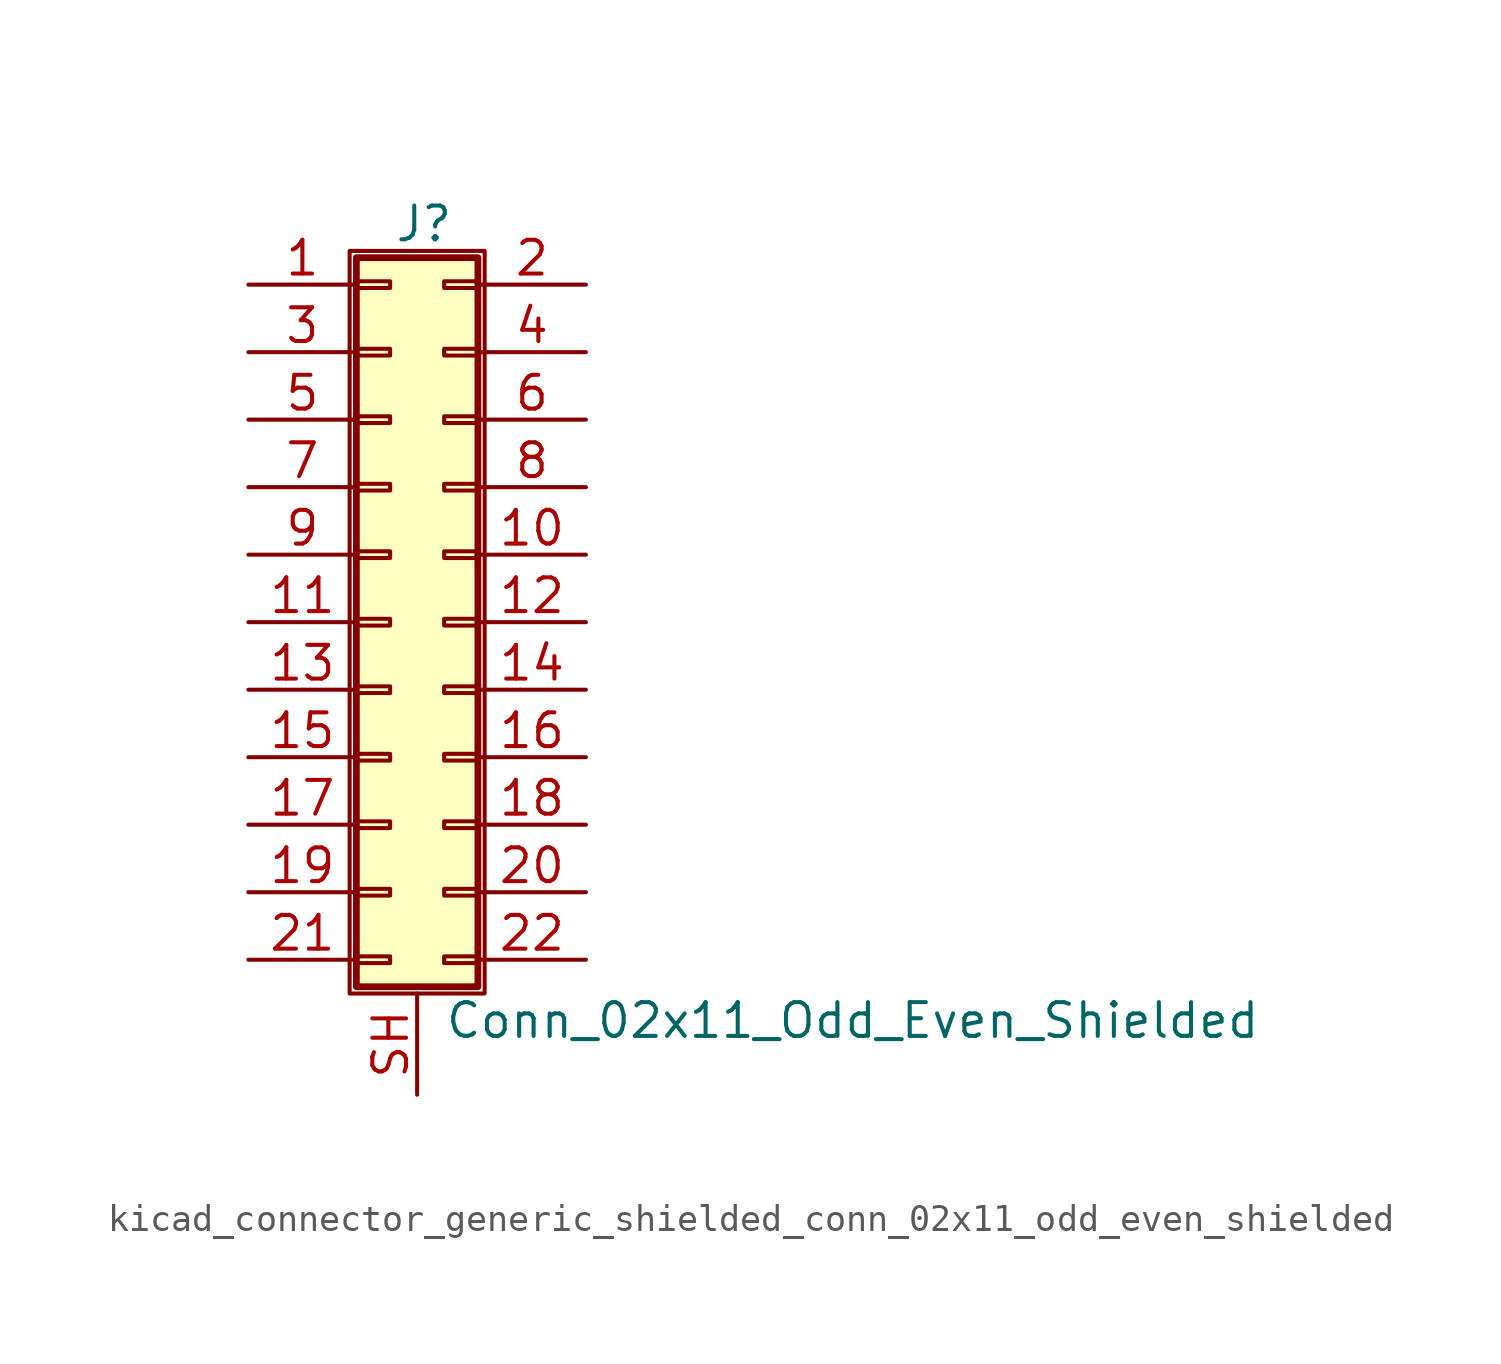
<source format=kicad_sym>
(kicad_symbol_lib
  (version 20220914)
  (generator kicad_symbol_editor)
  (symbol "kicad_connector_generic_shielded_conn_02x11_odd_even_shielded"
    (pin_names
      (offset 1.016) hide)
    (property "Reference" "J"
      (at 1.524 14.986 0)
      (effects (font (size 1.27 1.27))))
    (property "Value" "Conn_02x11_Odd_Even_Shielded"
      (at 2.286 -14.986 0)
      (effects (font (size 1.27 1.27)) (justify left)))
    (symbol "kicad_connector_generic_shielded_conn_02x11_odd_even_shielded_1_1"
      (rectangle (start -1.27 13.97) (end 3.81 -13.97) (stroke (width 0.152) (type default)) (fill (type none)))
      (rectangle (start -1.016 -12.573) (end 0.254 -12.827) (stroke (width 0.152) (type default)) (fill (type none)))
      (rectangle (start -1.016 -10.033) (end 0.254 -10.287) (stroke (width 0.152) (type default)) (fill (type none)))
      (rectangle (start -1.016 -7.493) (end 0.254 -7.747) (stroke (width 0.152) (type default)) (fill (type none)))
      (rectangle (start -1.016 -4.953) (end 0.254 -5.207) (stroke (width 0.152) (type default)) (fill (type none)))
      (rectangle (start -1.016 -2.413) (end 0.254 -2.667) (stroke (width 0.152) (type default)) (fill (type none)))
      (rectangle (start -1.016 0.127) (end 0.254 -0.127) (stroke (width 0.152) (type default)) (fill (type none)))
      (rectangle (start -1.016 2.667) (end 0.254 2.413) (stroke (width 0.152) (type default)) (fill (type none)))
      (rectangle (start -1.016 5.207) (end 0.254 4.953) (stroke (width 0.152) (type default)) (fill (type none)))
      (rectangle (start -1.016 7.747) (end 0.254 7.493) (stroke (width 0.152) (type default)) (fill (type none)))
      (rectangle (start -1.016 10.287) (end 0.254 10.033) (stroke (width 0.152) (type default)) (fill (type none)))
      (rectangle (start -1.016 12.827) (end 0.254 12.573) (stroke (width 0.152) (type default)) (fill (type none)))
      (rectangle (start -1.016 13.716) (end 3.556 -13.716) (stroke (width 0.254) (type default)) (fill (type background)))
      (rectangle (start 3.556 -12.573) (end 2.286 -12.827) (stroke (width 0.152) (type default)) (fill (type none)))
      (rectangle (start 3.556 -10.033) (end 2.286 -10.287) (stroke (width 0.152) (type default)) (fill (type none)))
      (rectangle (start 3.556 -7.493) (end 2.286 -7.747) (stroke (width 0.152) (type default)) (fill (type none)))
      (rectangle (start 3.556 -4.953) (end 2.286 -5.207) (stroke (width 0.152) (type default)) (fill (type none)))
      (rectangle (start 3.556 -2.413) (end 2.286 -2.667) (stroke (width 0.152) (type default)) (fill (type none)))
      (rectangle (start 3.556 0.127) (end 2.286 -0.127) (stroke (width 0.152) (type default)) (fill (type none)))
      (rectangle (start 3.556 2.667) (end 2.286 2.413) (stroke (width 0.152) (type default)) (fill (type none)))
      (rectangle (start 3.556 5.207) (end 2.286 4.953) (stroke (width 0.152) (type default)) (fill (type none)))
      (rectangle (start 3.556 7.747) (end 2.286 7.493) (stroke (width 0.152) (type default)) (fill (type none)))
      (rectangle (start 3.556 10.287) (end 2.286 10.033) (stroke (width 0.152) (type default)) (fill (type none)))
      (rectangle (start 3.556 12.827) (end 2.286 12.573) (stroke (width 0.152) (type default)) (fill (type none)))
      (pin passive line (at -5.08 12.7 0) (length 4.064) (name "Pin_1" (effects (font (size 1.27 1.27)))) (number "1" (effects (font (size 1.27 1.27)))))
      (pin passive line (at 7.62 2.54 180) (length 4.064) (name "Pin_10" (effects (font (size 1.27 1.27)))) (number "10" (effects (font (size 1.27 1.27)))))
      (pin passive line (at -5.08 0 0) (length 4.064) (name "Pin_11" (effects (font (size 1.27 1.27)))) (number "11" (effects (font (size 1.27 1.27)))))
      (pin passive line (at 7.62 0 180) (length 4.064) (name "Pin_12" (effects (font (size 1.27 1.27)))) (number "12" (effects (font (size 1.27 1.27)))))
      (pin passive line (at -5.08 -2.54 0) (length 4.064) (name "Pin_13" (effects (font (size 1.27 1.27)))) (number "13" (effects (font (size 1.27 1.27)))))
      (pin passive line (at 7.62 -2.54 180) (length 4.064) (name "Pin_14" (effects (font (size 1.27 1.27)))) (number "14" (effects (font (size 1.27 1.27)))))
      (pin passive line (at -5.08 -5.08 0) (length 4.064) (name "Pin_15" (effects (font (size 1.27 1.27)))) (number "15" (effects (font (size 1.27 1.27)))))
      (pin passive line (at 7.62 -5.08 180) (length 4.064) (name "Pin_16" (effects (font (size 1.27 1.27)))) (number "16" (effects (font (size 1.27 1.27)))))
      (pin passive line (at -5.08 -7.62 0) (length 4.064) (name "Pin_17" (effects (font (size 1.27 1.27)))) (number "17" (effects (font (size 1.27 1.27)))))
      (pin passive line (at 7.62 -7.62 180) (length 4.064) (name "Pin_18" (effects (font (size 1.27 1.27)))) (number "18" (effects (font (size 1.27 1.27)))))
      (pin passive line (at -5.08 -10.16 0) (length 4.064) (name "Pin_19" (effects (font (size 1.27 1.27)))) (number "19" (effects (font (size 1.27 1.27)))))
      (pin passive line (at 7.62 12.7 180) (length 4.064) (name "Pin_2" (effects (font (size 1.27 1.27)))) (number "2" (effects (font (size 1.27 1.27)))))
      (pin passive line (at 7.62 -10.16 180) (length 4.064) (name "Pin_20" (effects (font (size 1.27 1.27)))) (number "20" (effects (font (size 1.27 1.27)))))
      (pin passive line (at -5.08 -12.7 0) (length 4.064) (name "Pin_21" (effects (font (size 1.27 1.27)))) (number "21" (effects (font (size 1.27 1.27)))))
      (pin passive line (at 7.62 -12.7 180) (length 4.064) (name "Pin_22" (effects (font (size 1.27 1.27)))) (number "22" (effects (font (size 1.27 1.27)))))
      (pin passive line (at -5.08 10.16 0) (length 4.064) (name "Pin_3" (effects (font (size 1.27 1.27)))) (number "3" (effects (font (size 1.27 1.27)))))
      (pin passive line (at 7.62 10.16 180) (length 4.064) (name "Pin_4" (effects (font (size 1.27 1.27)))) (number "4" (effects (font (size 1.27 1.27)))))
      (pin passive line (at -5.08 7.62 0) (length 4.064) (name "Pin_5" (effects (font (size 1.27 1.27)))) (number "5" (effects (font (size 1.27 1.27)))))
      (pin passive line (at 7.62 7.62 180) (length 4.064) (name "Pin_6" (effects (font (size 1.27 1.27)))) (number "6" (effects (font (size 1.27 1.27)))))
      (pin passive line (at -5.08 5.08 0) (length 4.064) (name "Pin_7" (effects (font (size 1.27 1.27)))) (number "7" (effects (font (size 1.27 1.27)))))
      (pin passive line (at 7.62 5.08 180) (length 4.064) (name "Pin_8" (effects (font (size 1.27 1.27)))) (number "8" (effects (font (size 1.27 1.27)))))
      (pin passive line (at -5.08 2.54 0) (length 4.064) (name "Pin_9" (effects (font (size 1.27 1.27)))) (number "9" (effects (font (size 1.27 1.27)))))
      (pin passive line (at 1.27 -17.78 90) (length 3.81) (name "Shield" (effects (font (size 1.27 1.27)))) (number "SH" (effects (font (size 1.27 1.27))))))))
</source>
